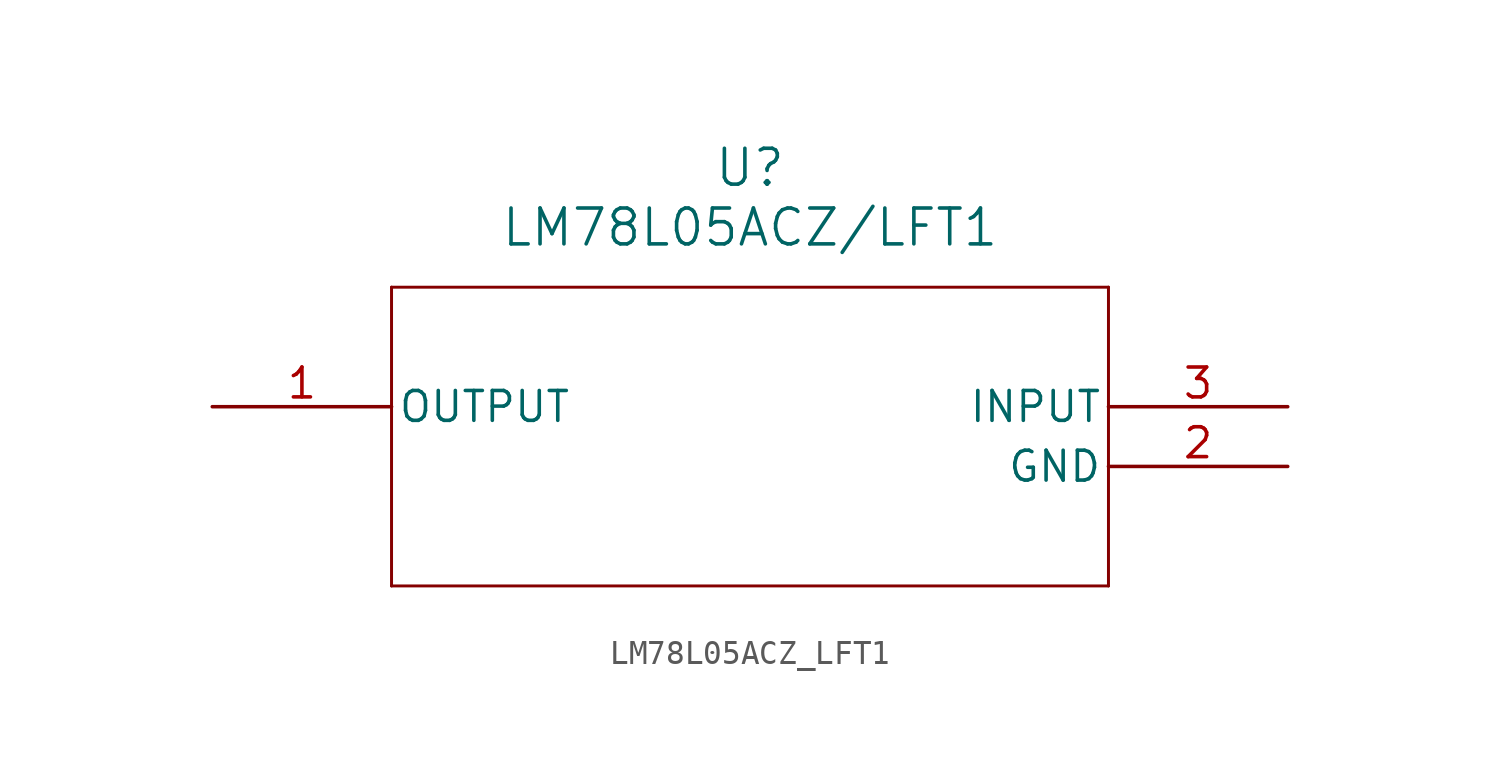
<source format=kicad_sym>
(kicad_symbol_lib
  (version 20211014)
  (generator kicad_symbol_editor)
  (symbol "LM78L05ACZ_LFT1"
    (pin_names
      (offset 0.254))
    (property "Reference" "U"
      (at 22.86 10.16 0)
      (effects (font (size 1.524 1.524))))
    (property "Value" "LM78L05ACZ/LFT1"
      (at 22.86 7.62 0)
      (effects (font (size 1.524 1.524))))
    (symbol "LM78L05ACZ_LFT1_0_1"
      (polyline (pts (xy 7.62 5.08) (xy 7.62 -7.62)) (stroke (width 0.127) (type default) (color 0 0 0 0)) (fill (type none)))
      (polyline (pts (xy 7.62 -7.62) (xy 38.1 -7.62)) (stroke (width 0.127) (type default) (color 0 0 0 0)) (fill (type none)))
      (polyline (pts (xy 38.1 -7.62) (xy 38.1 5.08)) (stroke (width 0.127) (type default) (color 0 0 0 0)) (fill (type none)))
      (polyline (pts (xy 38.1 5.08) (xy 7.62 5.08)) (stroke (width 0.127) (type default) (color 0 0 0 0)) (fill (type none)))
      (pin output line (at 0 0 0) (length 7.62) (name "OUTPUT" (effects (font (size 1.27 1.27)))) (number "1" (effects (font (size 1.27 1.27)))))
      (pin power_in line (at 45.72 -2.54 180) (length 7.62) (name "GND" (effects (font (size 1.27 1.27)))) (number "2" (effects (font (size 1.27 1.27)))))
      (pin input line (at 45.72 0 180) (length 7.62) (name "INPUT" (effects (font (size 1.27 1.27)))) (number "3" (effects (font (size 1.27 1.27))))))))
</source>
